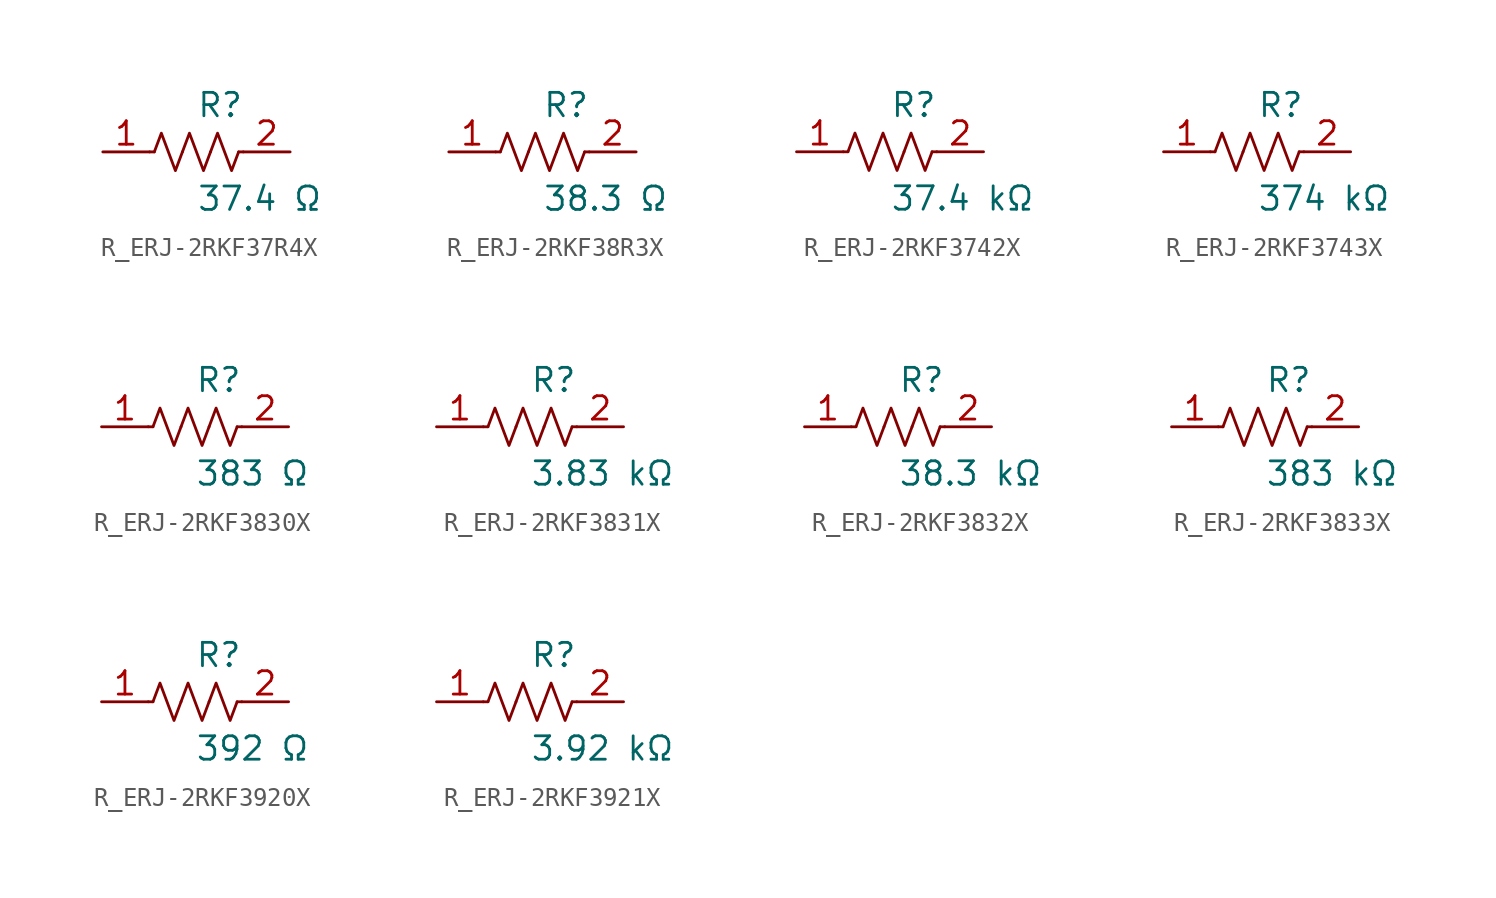
<source format=kicad_sym>
(kicad_symbol_lib
  (version 20231120)
  (generator kicad_symbol_editor)
  (generator_version 8.0)
  (symbol "R_ERJ-2RKF37R4X"
    (pin_names
      (offset 0.254))
    (property "Reference" "R"
      (at 0 2.54 0)
      (effects (font (size 1.27 1.27)) (justify left)))
    (property "Value" "37.4 Ω"
      (at 0 -2.54 0)
      (effects (font (size 1.27 1.27)) (justify left)))
    (symbol "R_ERJ-2RKF37R4X_0_1"
      (polyline (pts (xy 2.286 0) (xy 2.54 0)) (stroke (width 0) (type default)) (fill (type none)))
      (polyline (pts (xy -2.286 0) (xy -2.54 0)) (stroke (width 0) (type default)) (fill (type none)))
      (polyline (pts (xy 0.762 0) (xy 1.143 1.016) (xy 1.524 0) (xy 1.905 -1.016) (xy 2.286 0)) (stroke (width 0) (type default)) (fill (type none)))
      (polyline (pts (xy -0.762 0) (xy -0.381 1.016) (xy 0 0) (xy 0.381 -1.016) (xy 0.762 0)) (stroke (width 0) (type default)) (fill (type none)))
      (polyline (pts (xy -2.286 0) (xy -1.905 1.016) (xy -1.524 0) (xy -1.143 -1.016) (xy -0.762 0)) (stroke (width 0) (type default)) (fill (type none))))
    (pin unspecified line
      (at -5.08 0 0)
      (length 2.54)
      (name "" (effects (font (size 1.27 1.27))))
      (number "1" (effects (font (size 1.27 1.27)))))
    (pin unspecified line
      (at 5.08 0 180)
      (length 2.54)
      (name "" (effects (font (size 1.27 1.27))))
      (number "2" (effects (font (size 1.27 1.27))))))
  (symbol "R_ERJ-2RKF38R3X"
    (pin_names
      (offset 0.254))
    (property "Reference" "R"
      (at 0 2.54 0)
      (effects (font (size 1.27 1.27)) (justify left)))
    (property "Value" "38.3 Ω"
      (at 0 -2.54 0)
      (effects (font (size 1.27 1.27)) (justify left)))
    (symbol "R_ERJ-2RKF38R3X_0_1"
      (polyline (pts (xy 2.286 0) (xy 2.54 0)) (stroke (width 0) (type default)) (fill (type none)))
      (polyline (pts (xy -2.286 0) (xy -2.54 0)) (stroke (width 0) (type default)) (fill (type none)))
      (polyline (pts (xy 0.762 0) (xy 1.143 1.016) (xy 1.524 0) (xy 1.905 -1.016) (xy 2.286 0)) (stroke (width 0) (type default)) (fill (type none)))
      (polyline (pts (xy -0.762 0) (xy -0.381 1.016) (xy 0 0) (xy 0.381 -1.016) (xy 0.762 0)) (stroke (width 0) (type default)) (fill (type none)))
      (polyline (pts (xy -2.286 0) (xy -1.905 1.016) (xy -1.524 0) (xy -1.143 -1.016) (xy -0.762 0)) (stroke (width 0) (type default)) (fill (type none))))
    (pin unspecified line
      (at -5.08 0 0)
      (length 2.54)
      (name "" (effects (font (size 1.27 1.27))))
      (number "1" (effects (font (size 1.27 1.27)))))
    (pin unspecified line
      (at 5.08 0 180)
      (length 2.54)
      (name "" (effects (font (size 1.27 1.27))))
      (number "2" (effects (font (size 1.27 1.27))))))
  (symbol "R_ERJ-2RKF3742X"
    (pin_names
      (offset 0.254))
    (property "Reference" "R"
      (at 0 2.54 0)
      (effects (font (size 1.27 1.27)) (justify left)))
    (property "Value" "37.4 kΩ"
      (at 0 -2.54 0)
      (effects (font (size 1.27 1.27)) (justify left)))
    (symbol "R_ERJ-2RKF3742X_0_1"
      (polyline (pts (xy 2.286 0) (xy 2.54 0)) (stroke (width 0) (type default)) (fill (type none)))
      (polyline (pts (xy -2.286 0) (xy -2.54 0)) (stroke (width 0) (type default)) (fill (type none)))
      (polyline (pts (xy 0.762 0) (xy 1.143 1.016) (xy 1.524 0) (xy 1.905 -1.016) (xy 2.286 0)) (stroke (width 0) (type default)) (fill (type none)))
      (polyline (pts (xy -0.762 0) (xy -0.381 1.016) (xy 0 0) (xy 0.381 -1.016) (xy 0.762 0)) (stroke (width 0) (type default)) (fill (type none)))
      (polyline (pts (xy -2.286 0) (xy -1.905 1.016) (xy -1.524 0) (xy -1.143 -1.016) (xy -0.762 0)) (stroke (width 0) (type default)) (fill (type none))))
    (pin unspecified line
      (at -5.08 0 0)
      (length 2.54)
      (name "" (effects (font (size 1.27 1.27))))
      (number "1" (effects (font (size 1.27 1.27)))))
    (pin unspecified line
      (at 5.08 0 180)
      (length 2.54)
      (name "" (effects (font (size 1.27 1.27))))
      (number "2" (effects (font (size 1.27 1.27))))))
  (symbol "R_ERJ-2RKF3743X"
    (pin_names
      (offset 0.254))
    (property "Reference" "R"
      (at 0 2.54 0)
      (effects (font (size 1.27 1.27)) (justify left)))
    (property "Value" "374 kΩ"
      (at 0 -2.54 0)
      (effects (font (size 1.27 1.27)) (justify left)))
    (symbol "R_ERJ-2RKF3743X_0_1"
      (polyline (pts (xy 2.286 0) (xy 2.54 0)) (stroke (width 0) (type default)) (fill (type none)))
      (polyline (pts (xy -2.286 0) (xy -2.54 0)) (stroke (width 0) (type default)) (fill (type none)))
      (polyline (pts (xy 0.762 0) (xy 1.143 1.016) (xy 1.524 0) (xy 1.905 -1.016) (xy 2.286 0)) (stroke (width 0) (type default)) (fill (type none)))
      (polyline (pts (xy -0.762 0) (xy -0.381 1.016) (xy 0 0) (xy 0.381 -1.016) (xy 0.762 0)) (stroke (width 0) (type default)) (fill (type none)))
      (polyline (pts (xy -2.286 0) (xy -1.905 1.016) (xy -1.524 0) (xy -1.143 -1.016) (xy -0.762 0)) (stroke (width 0) (type default)) (fill (type none))))
    (pin unspecified line
      (at -5.08 0 0)
      (length 2.54)
      (name "" (effects (font (size 1.27 1.27))))
      (number "1" (effects (font (size 1.27 1.27)))))
    (pin unspecified line
      (at 5.08 0 180)
      (length 2.54)
      (name "" (effects (font (size 1.27 1.27))))
      (number "2" (effects (font (size 1.27 1.27))))))
  (symbol "R_ERJ-2RKF3830X"
    (pin_names
      (offset 0.254))
    (property "Reference" "R"
      (at 0 2.54 0)
      (effects (font (size 1.27 1.27)) (justify left)))
    (property "Value" "383 Ω"
      (at 0 -2.54 0)
      (effects (font (size 1.27 1.27)) (justify left)))
    (symbol "R_ERJ-2RKF3830X_0_1"
      (polyline (pts (xy 2.286 0) (xy 2.54 0)) (stroke (width 0) (type default)) (fill (type none)))
      (polyline (pts (xy -2.286 0) (xy -2.54 0)) (stroke (width 0) (type default)) (fill (type none)))
      (polyline (pts (xy 0.762 0) (xy 1.143 1.016) (xy 1.524 0) (xy 1.905 -1.016) (xy 2.286 0)) (stroke (width 0) (type default)) (fill (type none)))
      (polyline (pts (xy -0.762 0) (xy -0.381 1.016) (xy 0 0) (xy 0.381 -1.016) (xy 0.762 0)) (stroke (width 0) (type default)) (fill (type none)))
      (polyline (pts (xy -2.286 0) (xy -1.905 1.016) (xy -1.524 0) (xy -1.143 -1.016) (xy -0.762 0)) (stroke (width 0) (type default)) (fill (type none))))
    (pin unspecified line
      (at -5.08 0 0)
      (length 2.54)
      (name "" (effects (font (size 1.27 1.27))))
      (number "1" (effects (font (size 1.27 1.27)))))
    (pin unspecified line
      (at 5.08 0 180)
      (length 2.54)
      (name "" (effects (font (size 1.27 1.27))))
      (number "2" (effects (font (size 1.27 1.27))))))
  (symbol "R_ERJ-2RKF3831X"
    (pin_names
      (offset 0.254))
    (property "Reference" "R"
      (at 0 2.54 0)
      (effects (font (size 1.27 1.27)) (justify left)))
    (property "Value" "3.83 kΩ"
      (at 0 -2.54 0)
      (effects (font (size 1.27 1.27)) (justify left)))
    (symbol "R_ERJ-2RKF3831X_0_1"
      (polyline (pts (xy 2.286 0) (xy 2.54 0)) (stroke (width 0) (type default)) (fill (type none)))
      (polyline (pts (xy -2.286 0) (xy -2.54 0)) (stroke (width 0) (type default)) (fill (type none)))
      (polyline (pts (xy 0.762 0) (xy 1.143 1.016) (xy 1.524 0) (xy 1.905 -1.016) (xy 2.286 0)) (stroke (width 0) (type default)) (fill (type none)))
      (polyline (pts (xy -0.762 0) (xy -0.381 1.016) (xy 0 0) (xy 0.381 -1.016) (xy 0.762 0)) (stroke (width 0) (type default)) (fill (type none)))
      (polyline (pts (xy -2.286 0) (xy -1.905 1.016) (xy -1.524 0) (xy -1.143 -1.016) (xy -0.762 0)) (stroke (width 0) (type default)) (fill (type none))))
    (pin unspecified line
      (at -5.08 0 0)
      (length 2.54)
      (name "" (effects (font (size 1.27 1.27))))
      (number "1" (effects (font (size 1.27 1.27)))))
    (pin unspecified line
      (at 5.08 0 180)
      (length 2.54)
      (name "" (effects (font (size 1.27 1.27))))
      (number "2" (effects (font (size 1.27 1.27))))))
  (symbol "R_ERJ-2RKF3832X"
    (pin_names
      (offset 0.254))
    (property "Reference" "R"
      (at 0 2.54 0)
      (effects (font (size 1.27 1.27)) (justify left)))
    (property "Value" "38.3 kΩ"
      (at 0 -2.54 0)
      (effects (font (size 1.27 1.27)) (justify left)))
    (symbol "R_ERJ-2RKF3832X_0_1"
      (polyline (pts (xy 2.286 0) (xy 2.54 0)) (stroke (width 0) (type default)) (fill (type none)))
      (polyline (pts (xy -2.286 0) (xy -2.54 0)) (stroke (width 0) (type default)) (fill (type none)))
      (polyline (pts (xy 0.762 0) (xy 1.143 1.016) (xy 1.524 0) (xy 1.905 -1.016) (xy 2.286 0)) (stroke (width 0) (type default)) (fill (type none)))
      (polyline (pts (xy -0.762 0) (xy -0.381 1.016) (xy 0 0) (xy 0.381 -1.016) (xy 0.762 0)) (stroke (width 0) (type default)) (fill (type none)))
      (polyline (pts (xy -2.286 0) (xy -1.905 1.016) (xy -1.524 0) (xy -1.143 -1.016) (xy -0.762 0)) (stroke (width 0) (type default)) (fill (type none))))
    (pin unspecified line
      (at -5.08 0 0)
      (length 2.54)
      (name "" (effects (font (size 1.27 1.27))))
      (number "1" (effects (font (size 1.27 1.27)))))
    (pin unspecified line
      (at 5.08 0 180)
      (length 2.54)
      (name "" (effects (font (size 1.27 1.27))))
      (number "2" (effects (font (size 1.27 1.27))))))
  (symbol "R_ERJ-2RKF3833X"
    (pin_names
      (offset 0.254))
    (property "Reference" "R"
      (at 0 2.54 0)
      (effects (font (size 1.27 1.27)) (justify left)))
    (property "Value" "383 kΩ"
      (at 0 -2.54 0)
      (effects (font (size 1.27 1.27)) (justify left)))
    (symbol "R_ERJ-2RKF3833X_0_1"
      (polyline (pts (xy 2.286 0) (xy 2.54 0)) (stroke (width 0) (type default)) (fill (type none)))
      (polyline (pts (xy -2.286 0) (xy -2.54 0)) (stroke (width 0) (type default)) (fill (type none)))
      (polyline (pts (xy 0.762 0) (xy 1.143 1.016) (xy 1.524 0) (xy 1.905 -1.016) (xy 2.286 0)) (stroke (width 0) (type default)) (fill (type none)))
      (polyline (pts (xy -0.762 0) (xy -0.381 1.016) (xy 0 0) (xy 0.381 -1.016) (xy 0.762 0)) (stroke (width 0) (type default)) (fill (type none)))
      (polyline (pts (xy -2.286 0) (xy -1.905 1.016) (xy -1.524 0) (xy -1.143 -1.016) (xy -0.762 0)) (stroke (width 0) (type default)) (fill (type none))))
    (pin unspecified line
      (at -5.08 0 0)
      (length 2.54)
      (name "" (effects (font (size 1.27 1.27))))
      (number "1" (effects (font (size 1.27 1.27)))))
    (pin unspecified line
      (at 5.08 0 180)
      (length 2.54)
      (name "" (effects (font (size 1.27 1.27))))
      (number "2" (effects (font (size 1.27 1.27))))))
  (symbol "R_ERJ-2RKF3920X"
    (pin_names
      (offset 0.254))
    (property "Reference" "R"
      (at 0 2.54 0)
      (effects (font (size 1.27 1.27)) (justify left)))
    (property "Value" "392 Ω"
      (at 0 -2.54 0)
      (effects (font (size 1.27 1.27)) (justify left)))
    (symbol "R_ERJ-2RKF3920X_0_1"
      (polyline (pts (xy 2.286 0) (xy 2.54 0)) (stroke (width 0) (type default)) (fill (type none)))
      (polyline (pts (xy -2.286 0) (xy -2.54 0)) (stroke (width 0) (type default)) (fill (type none)))
      (polyline (pts (xy 0.762 0) (xy 1.143 1.016) (xy 1.524 0) (xy 1.905 -1.016) (xy 2.286 0)) (stroke (width 0) (type default)) (fill (type none)))
      (polyline (pts (xy -0.762 0) (xy -0.381 1.016) (xy 0 0) (xy 0.381 -1.016) (xy 0.762 0)) (stroke (width 0) (type default)) (fill (type none)))
      (polyline (pts (xy -2.286 0) (xy -1.905 1.016) (xy -1.524 0) (xy -1.143 -1.016) (xy -0.762 0)) (stroke (width 0) (type default)) (fill (type none))))
    (pin unspecified line
      (at -5.08 0 0)
      (length 2.54)
      (name "" (effects (font (size 1.27 1.27))))
      (number "1" (effects (font (size 1.27 1.27)))))
    (pin unspecified line
      (at 5.08 0 180)
      (length 2.54)
      (name "" (effects (font (size 1.27 1.27))))
      (number "2" (effects (font (size 1.27 1.27))))))
  (symbol "R_ERJ-2RKF3921X"
    (pin_names
      (offset 0.254))
    (property "Reference" "R"
      (at 0 2.54 0)
      (effects (font (size 1.27 1.27)) (justify left)))
    (property "Value" "3.92 kΩ"
      (at 0 -2.54 0)
      (effects (font (size 1.27 1.27)) (justify left)))
    (symbol "R_ERJ-2RKF3921X_0_1"
      (polyline (pts (xy 2.286 0) (xy 2.54 0)) (stroke (width 0) (type default)) (fill (type none)))
      (polyline (pts (xy -2.286 0) (xy -2.54 0)) (stroke (width 0) (type default)) (fill (type none)))
      (polyline (pts (xy 0.762 0) (xy 1.143 1.016) (xy 1.524 0) (xy 1.905 -1.016) (xy 2.286 0)) (stroke (width 0) (type default)) (fill (type none)))
      (polyline (pts (xy -0.762 0) (xy -0.381 1.016) (xy 0 0) (xy 0.381 -1.016) (xy 0.762 0)) (stroke (width 0) (type default)) (fill (type none)))
      (polyline (pts (xy -2.286 0) (xy -1.905 1.016) (xy -1.524 0) (xy -1.143 -1.016) (xy -0.762 0)) (stroke (width 0) (type default)) (fill (type none))))
    (pin unspecified line
      (at -5.08 0 0)
      (length 2.54)
      (name "" (effects (font (size 1.27 1.27))))
      (number "1" (effects (font (size 1.27 1.27)))))
    (pin unspecified line
      (at 5.08 0 180)
      (length 2.54)
      (name "" (effects (font (size 1.27 1.27))))
      (number "2" (effects (font (size 1.27 1.27)))))))
</source>
